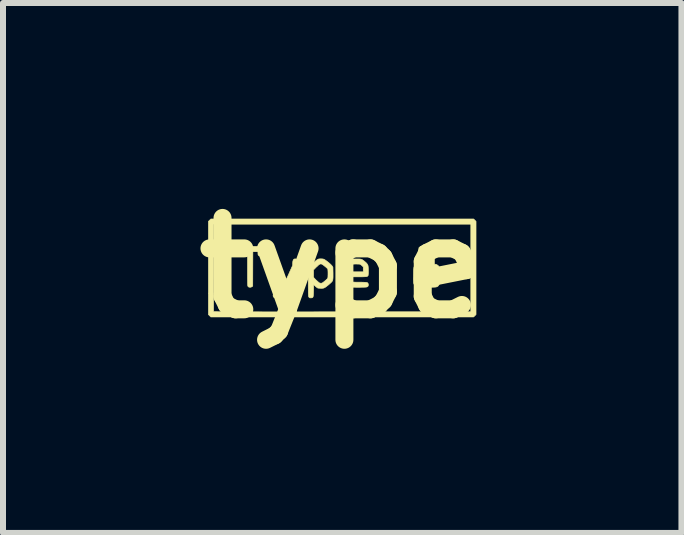
<source format=kicad_pcb>
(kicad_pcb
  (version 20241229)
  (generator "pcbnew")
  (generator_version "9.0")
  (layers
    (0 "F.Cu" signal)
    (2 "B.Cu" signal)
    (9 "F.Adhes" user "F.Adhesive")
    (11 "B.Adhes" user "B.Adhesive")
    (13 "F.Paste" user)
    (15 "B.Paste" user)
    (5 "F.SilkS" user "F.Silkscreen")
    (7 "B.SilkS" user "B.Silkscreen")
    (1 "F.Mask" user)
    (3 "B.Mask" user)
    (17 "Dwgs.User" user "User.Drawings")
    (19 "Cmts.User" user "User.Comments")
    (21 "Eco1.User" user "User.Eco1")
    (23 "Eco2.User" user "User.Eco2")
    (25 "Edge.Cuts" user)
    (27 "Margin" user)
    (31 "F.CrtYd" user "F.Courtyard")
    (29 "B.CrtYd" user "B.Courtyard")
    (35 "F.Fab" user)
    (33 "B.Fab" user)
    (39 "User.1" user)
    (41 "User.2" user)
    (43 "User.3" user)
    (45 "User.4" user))
  (footprint "type"
    (layer "F.Cu")
    (at 2.656 1.418)
    (property "Reference" "type" (at 0 0 0) (layer "F.SilkS") (effects (font (size 1.524 1.524) (thickness 0.3))))
    (attr through_hole)
    (fp_poly (pts (xy -1.316 -0.36) (xy -1.317 -0.29) (xy -1.318 -0.264) (xy -1.319 -0.246) (xy -1.319 -0.233) (xy -1.321 -0.224) (xy -1.323 -0.218) (xy -1.326 -0.213) (xy -1.329 -0.21) (xy -1.337 -0.203) (xy -1.346 -0.2) (xy -1.36 -0.199) (xy -1.362 -0.199) (xy -1.377 -0.2) (xy -1.387 -0.203) (xy -1.395 -0.209) (xy -1.401 -0.217) (xy -1.404 -0.226) (xy -1.405 -0.239) (xy -1.405 -0.245) (xy -1.405 -0.271) (xy -1.448 -0.271) (xy -1.49 -0.271) (xy -1.491 0.015) (xy -1.492 0.301) (xy -1.504 0.312) (xy -1.519 0.319) (xy -1.537 0.322) (xy -1.554 0.319) (xy -1.561 0.317) (xy -1.569 0.31) (xy -1.574 0.302) (xy -1.575 0.297) (xy -1.576 0.285) (xy -1.577 0.266) (xy -1.578 0.241) (xy -1.578 0.208) (xy -1.579 0.169) (xy -1.579 0.121) (xy -1.579 0.066) (xy -1.579 0.01) (xy -1.579 -0.271) (xy -1.664 -0.271) (xy -1.664 -0.25) (xy -1.666 -0.23) (xy -1.671 -0.214) (xy -1.679 -0.204) (xy -1.683 -0.202) (xy -1.697 -0.199) (xy -1.713 -0.199) (xy -1.729 -0.202) (xy -1.74 -0.207) (xy -1.74 -0.207) (xy -1.744 -0.21) (xy -1.747 -0.214) (xy -1.749 -0.22) (xy -1.75 -0.229) (xy -1.751 -0.243) (xy -1.751 -0.263) (xy -1.752 -0.287) (xy -1.753 -0.36) (xy -1.534 -0.36) (xy -1.316 -0.36)) (stroke (width 0.01) (type solid)) (fill yes) (layer "F.SilkS"))
    (fp_poly (pts (xy 2.211 -0.797) (xy 2.231 -0.777) (xy 2.231 0.777) (xy 2.19 0.817) (xy -2.191 0.817) (xy -2.211 0.797) (xy -2.231 0.777) (xy -2.231 0.358) (xy -2.146 0.358) (xy -2.146 0.42) (xy -2.145 0.478) (xy -2.145 0.53) (xy -2.145 0.578) (xy -2.145 0.62) (xy -2.145 0.655) (xy -2.145 0.684) (xy -2.145 0.706) (xy -2.145 0.72) (xy -2.144 0.727) (xy -2.144 0.727) (xy -2.143 0.727) (xy -2.138 0.728) (xy -2.13 0.728) (xy -2.119 0.729) (xy -2.104 0.729) (xy -2.086 0.729) (xy -2.063 0.73) (xy -2.036 0.73) (xy -2.005 0.73) (xy -1.97 0.73) (xy -1.929 0.73) (xy -1.884 0.731) (xy -1.834 0.731) (xy -1.778 0.731) (xy -1.717 0.731) (xy -1.651 0.731) (xy -1.578 0.731) (xy -1.5 0.731) (xy -1.415 0.731) (xy -1.324 0.732) (xy -1.227 0.732) (xy -1.122 0.732) (xy -1.011 0.732) (xy -0.892 0.732) (xy -0.767 0.732) (xy -0.633 0.732) (xy -0.492 0.732) (xy -0.343 0.731) (xy -0.187 0.731) (xy -0.021 0.731) (xy 0.001 0.731) (xy 2.144 0.73) (xy 2.144 -0.73) (xy -2.144 -0.73) (xy -2.145 -0.004) (xy -2.145 0.074) (xy -2.145 0.149) (xy -2.146 0.222) (xy -2.146 0.292) (xy -2.146 0.358) (xy -2.231 0.358) (xy -2.231 -0.777) (xy -2.211 -0.797) (xy -2.19 -0.817) (xy 2.191 -0.817) (xy 2.211 -0.797)) (stroke (width 0.01) (type solid)) (fill yes) (layer "F.SilkS"))
    (fp_poly (pts (xy 1.537 -0.335) (xy 1.537 -0.064) (xy 1.555 -0.062) (xy 1.577 -0.055) (xy 1.597 -0.042) (xy 1.612 -0.024) (xy 1.615 -0.018) (xy 1.618 -0.013) (xy 1.62 -0.006) (xy 1.621 0.002) (xy 1.622 0.014) (xy 1.623 0.029) (xy 1.624 0.05) (xy 1.624 0.077) (xy 1.625 0.112) (xy 1.625 0.116) (xy 1.625 0.157) (xy 1.625 0.191) (xy 1.624 0.218) (xy 1.623 0.239) (xy 1.621 0.256) (xy 1.618 0.269) (xy 1.614 0.279) (xy 1.609 0.288) (xy 1.605 0.293) (xy 1.599 0.3) (xy 1.593 0.306) (xy 1.586 0.31) (xy 1.578 0.314) (xy 1.566 0.317) (xy 1.552 0.319) (xy 1.533 0.32) (xy 1.509 0.321) (xy 1.479 0.321) (xy 1.442 0.322) (xy 1.408 0.322) (xy 1.367 0.322) (xy 1.334 0.321) (xy 1.308 0.321) (xy 1.288 0.321) (xy 1.272 0.32) (xy 1.26 0.319) (xy 1.252 0.318) (xy 1.245 0.316) (xy 1.24 0.315) (xy 1.238 0.314) (xy 1.217 0.3) (xy 1.202 0.281) (xy 1.194 0.262) (xy 1.192 0.252) (xy 1.191 0.233) (xy 1.19 0.207) (xy 1.19 0.174) (xy 1.19 0.134) (xy 1.19 0.119) (xy 1.191 0.083) (xy 1.191 0.054) (xy 1.192 0.031) (xy 1.192 0.025) (xy 1.278 0.025) (xy 1.278 0.233) (xy 1.537 0.233) (xy 1.537 0.025) (xy 1.278 0.025) (xy 1.192 0.025) (xy 1.193 0.014) (xy 1.194 0.001) (xy 1.195 -0.008) (xy 1.197 -0.014) (xy 1.199 -0.019) (xy 1.199 -0.02) (xy 1.212 -0.036) (xy 1.23 -0.05) (xy 1.25 -0.059) (xy 1.26 -0.062) (xy 1.278 -0.064) (xy 1.278 -0.271) (xy 1.367 -0.271) (xy 1.367 -0.064) (xy 1.448 -0.064) (xy 1.448 -0.271) (xy 1.367 -0.271) (xy 1.278 -0.271) (xy 1.278 -0.335) (xy 1.291 -0.347) (xy 1.303 -0.36) (xy 1.408 -0.36) (xy 1.512 -0.36) (xy 1.537 -0.335)) (stroke (width 0.01) (type solid)) (fill yes) (layer "F.SilkS"))
    (fp_poly (pts (xy -0.769 -0.149) (xy -0.762 -0.146) (xy -0.753 -0.139) (xy -0.747 -0.128) (xy -0.743 -0.112) (xy -0.741 -0.09) (xy -0.742 -0.063) (xy -0.743 -0.019) (xy -0.857 0.228) (xy -0.879 0.274) (xy -0.899 0.317) (xy -0.917 0.357) (xy -0.934 0.392) (xy -0.949 0.423) (xy -0.962 0.449) (xy -0.972 0.468) (xy -0.979 0.481) (xy -0.983 0.487) (xy -0.994 0.5) (xy -1.059 0.499) (xy -1.087 0.499) (xy -1.108 0.498) (xy -1.122 0.497) (xy -1.132 0.495) (xy -1.135 0.493) (xy -1.146 0.483) (xy -1.152 0.468) (xy -1.152 0.451) (xy -1.146 0.435) (xy -1.145 0.434) (xy -1.136 0.425) (xy -1.121 0.419) (xy -1.099 0.416) (xy -1.072 0.415) (xy -1.037 0.415) (xy -1.007 0.353) (xy -0.997 0.332) (xy -0.989 0.314) (xy -0.982 0.3) (xy -0.979 0.292) (xy -0.978 0.29) (xy -0.982 0.288) (xy -0.988 0.288) (xy -0.993 0.288) (xy -0.998 0.286) (xy -1.002 0.283) (xy -1.007 0.278) (xy -1.013 0.271) (xy -1.02 0.26) (xy -1.028 0.246) (xy -1.037 0.227) (xy -1.048 0.204) (xy -1.061 0.176) (xy -1.077 0.141) (xy -1.095 0.1) (xy -1.116 0.053) (xy -1.132 0.017) (xy -1.153 -0.032) (xy -1.153 -0.077) (xy -1.153 -0.098) (xy -1.152 -0.113) (xy -1.15 -0.123) (xy -1.148 -0.13) (xy -1.145 -0.134) (xy -1.132 -0.145) (xy -1.115 -0.151) (xy -1.098 -0.15) (xy -1.096 -0.149) (xy -1.085 -0.143) (xy -1.078 -0.134) (xy -1.073 -0.121) (xy -1.069 -0.102) (xy -1.067 -0.079) (xy -1.064 -0.036) (xy -1.01 0.084) (xy -0.994 0.118) (xy -0.981 0.145) (xy -0.971 0.166) (xy -0.964 0.181) (xy -0.957 0.192) (xy -0.953 0.199) (xy -0.949 0.202) (xy -0.946 0.203) (xy -0.943 0.202) (xy -0.94 0.199) (xy -0.935 0.192) (xy -0.929 0.181) (xy -0.922 0.166) (xy -0.912 0.145) (xy -0.899 0.118) (xy -0.884 0.084) (xy -0.882 0.079) (xy -0.826 -0.045) (xy -0.826 -0.08) (xy -0.824 -0.107) (xy -0.819 -0.127) (xy -0.811 -0.141) (xy -0.802 -0.148) (xy -0.785 -0.152) (xy -0.769 -0.149)) (stroke (width 0.01) (type solid)) (fill yes) (layer "F.SilkS"))
    (fp_poly (pts (xy 0.259 -0.15) (xy 0.282 -0.15) (xy 0.299 -0.149) (xy 0.313 -0.146) (xy 0.325 -0.143) (xy 0.336 -0.137) (xy 0.348 -0.128) (xy 0.363 -0.118) (xy 0.366 -0.115) (xy 0.39 -0.095) (xy 0.408 -0.078) (xy 0.42 -0.061) (xy 0.428 -0.045) (xy 0.43 -0.041) (xy 0.432 -0.028) (xy 0.434 -0.009) (xy 0.435 0.013) (xy 0.436 0.038) (xy 0.436 0.062) (xy 0.436 0.086) (xy 0.434 0.106) (xy 0.433 0.12) (xy 0.431 0.127) (xy 0.427 0.132) (xy 0.423 0.136) (xy 0.417 0.14) (xy 0.408 0.143) (xy 0.395 0.145) (xy 0.378 0.146) (xy 0.356 0.147) (xy 0.327 0.148) (xy 0.292 0.148) (xy 0.253 0.148) (xy 0.11 0.148) (xy 0.11 0.167) (xy 0.111 0.179) (xy 0.114 0.189) (xy 0.122 0.199) (xy 0.128 0.206) (xy 0.136 0.215) (xy 0.144 0.222) (xy 0.152 0.227) (xy 0.161 0.231) (xy 0.173 0.234) (xy 0.189 0.235) (xy 0.21 0.236) (xy 0.236 0.237) (xy 0.269 0.237) (xy 0.286 0.237) (xy 0.324 0.237) (xy 0.354 0.238) (xy 0.378 0.239) (xy 0.396 0.24) (xy 0.409 0.242) (xy 0.418 0.245) (xy 0.425 0.249) (xy 0.429 0.254) (xy 0.431 0.258) (xy 0.435 0.271) (xy 0.435 0.287) (xy 0.432 0.301) (xy 0.428 0.306) (xy 0.424 0.311) (xy 0.418 0.314) (xy 0.409 0.317) (xy 0.397 0.319) (xy 0.38 0.32) (xy 0.358 0.321) (xy 0.33 0.321) (xy 0.294 0.322) (xy 0.272 0.322) (xy 0.235 0.322) (xy 0.205 0.321) (xy 0.181 0.321) (xy 0.163 0.32) (xy 0.15 0.32) (xy 0.14 0.318) (xy 0.133 0.317) (xy 0.127 0.315) (xy 0.126 0.314) (xy 0.113 0.306) (xy 0.097 0.294) (xy 0.08 0.279) (xy 0.063 0.263) (xy 0.048 0.247) (xy 0.037 0.234) (xy 0.033 0.227) (xy 0.031 0.221) (xy 0.029 0.214) (xy 0.028 0.205) (xy 0.027 0.194) (xy 0.026 0.178) (xy 0.026 0.157) (xy 0.026 0.129) (xy 0.025 0.095) (xy 0.025 0.089) (xy 0.025 -0.021) (xy 0.11 -0.021) (xy 0.11 0.064) (xy 0.351 0.064) (xy 0.351 -0.018) (xy 0.329 -0.039) (xy 0.317 -0.049) (xy 0.305 -0.058) (xy 0.296 -0.062) (xy 0.296 -0.062) (xy 0.288 -0.064) (xy 0.274 -0.065) (xy 0.254 -0.065) (xy 0.233 -0.066) (xy 0.229 -0.066) (xy 0.203 -0.065) (xy 0.184 -0.064) (xy 0.17 -0.062) (xy 0.158 -0.058) (xy 0.147 -0.051) (xy 0.134 -0.041) (xy 0.128 -0.036) (xy 0.11 -0.021) (xy 0.025 -0.021) (xy 0.025 -0.032) (xy 0.036 -0.054) (xy 0.046 -0.069) (xy 0.062 -0.087) (xy 0.082 -0.106) (xy 0.104 -0.123) (xy 0.125 -0.138) (xy 0.127 -0.139) (xy 0.134 -0.143) (xy 0.14 -0.146) (xy 0.147 -0.148) (xy 0.156 -0.149) (xy 0.169 -0.15) (xy 0.187 -0.15) (xy 0.211 -0.15) (xy 0.229 -0.15) (xy 0.259 -0.15)) (stroke (width 0.01) (type solid)) (fill yes) (layer "F.SilkS"))
    (fp_poly (pts (xy -0.35 -0.152) (xy -0.33 -0.151) (xy -0.317 -0.149) (xy -0.307 -0.146) (xy -0.297 -0.141) (xy -0.287 -0.135) (xy -0.263 -0.118) (xy -0.238 -0.099) (xy -0.215 -0.08) (xy -0.195 -0.062) (xy -0.179 -0.046) (xy -0.168 -0.033) (xy -0.166 -0.031) (xy -0.155 -0.011) (xy -0.153 0.086) (xy -0.153 0.122) (xy -0.153 0.151) (xy -0.154 0.173) (xy -0.156 0.191) (xy -0.159 0.205) (xy -0.164 0.217) (xy -0.171 0.227) (xy -0.18 0.237) (xy -0.187 0.244) (xy -0.206 0.261) (xy -0.226 0.279) (xy -0.248 0.296) (xy -0.268 0.312) (xy -0.286 0.324) (xy -0.293 0.328) (xy -0.303 0.333) (xy -0.312 0.336) (xy -0.324 0.338) (xy -0.34 0.339) (xy -0.354 0.339) (xy -0.374 0.338) (xy -0.391 0.337) (xy -0.403 0.336) (xy -0.408 0.335) (xy -0.415 0.33) (xy -0.427 0.322) (xy -0.441 0.31) (xy -0.447 0.305) (xy -0.476 0.279) (xy -0.478 0.376) (xy -0.479 0.409) (xy -0.48 0.435) (xy -0.482 0.455) (xy -0.483 0.47) (xy -0.486 0.48) (xy -0.489 0.487) (xy -0.494 0.492) (xy -0.499 0.495) (xy -0.509 0.498) (xy -0.524 0.499) (xy -0.537 0.498) (xy -0.545 0.497) (xy -0.551 0.492) (xy -0.557 0.483) (xy -0.558 0.481) (xy -0.559 0.478) (xy -0.561 0.474) (xy -0.562 0.467) (xy -0.563 0.459) (xy -0.563 0.447) (xy -0.564 0.432) (xy -0.565 0.413) (xy -0.565 0.388) (xy -0.565 0.358) (xy -0.566 0.322) (xy -0.566 0.279) (xy -0.566 0.228) (xy -0.566 0.198) (xy -0.567 0.142) (xy -0.567 0.091) (xy -0.567 0.044) (xy -0.566 0.032) (xy -0.478 0.032) (xy -0.478 0.157) (xy -0.46 0.176) (xy -0.449 0.188) (xy -0.434 0.203) (xy -0.417 0.218) (xy -0.41 0.225) (xy -0.394 0.238) (xy -0.384 0.247) (xy -0.375 0.251) (xy -0.367 0.253) (xy -0.358 0.254) (xy -0.356 0.254) (xy -0.347 0.254) (xy -0.339 0.252) (xy -0.331 0.249) (xy -0.321 0.242) (xy -0.308 0.232) (xy -0.293 0.22) (xy -0.277 0.206) (xy -0.262 0.193) (xy -0.251 0.182) (xy -0.245 0.175) (xy -0.244 0.174) (xy -0.242 0.169) (xy -0.24 0.161) (xy -0.238 0.151) (xy -0.238 0.135) (xy -0.237 0.114) (xy -0.237 0.094) (xy -0.237 0.069) (xy -0.238 0.047) (xy -0.239 0.03) (xy -0.241 0.019) (xy -0.241 0.017) (xy -0.248 0.009) (xy -0.259 -0.002) (xy -0.274 -0.015) (xy -0.291 -0.029) (xy -0.308 -0.043) (xy -0.324 -0.054) (xy -0.337 -0.062) (xy -0.346 -0.066) (xy -0.346 -0.066) (xy -0.357 -0.067) (xy -0.367 -0.066) (xy -0.377 -0.062) (xy -0.389 -0.054) (xy -0.404 -0.041) (xy -0.422 -0.023) (xy -0.431 -0.016) (xy -0.478 0.032) (xy -0.566 0.032) (xy -0.566 0.003) (xy -0.566 -0.033) (xy -0.565 -0.062) (xy -0.565 -0.084) (xy -0.564 -0.098) (xy -0.563 -0.102) (xy -0.559 -0.124) (xy -0.553 -0.138) (xy -0.544 -0.146) (xy -0.531 -0.15) (xy -0.522 -0.15) (xy -0.504 -0.147) (xy -0.491 -0.137) (xy -0.483 -0.119) (xy -0.48 -0.108) (xy -0.477 -0.089) (xy -0.448 -0.114) (xy -0.428 -0.13) (xy -0.413 -0.141) (xy -0.399 -0.148) (xy -0.384 -0.151) (xy -0.366 -0.152) (xy -0.35 -0.152)) (stroke (width 0.01) (type solid)) (fill yes) (layer "F.SilkS")))
  (gr_rect
    (start -3 -3)
    (end 8.312 5.836)
    (stroke (width 0.1) (type default))
    (fill no)
    (layer "Edge.Cuts")))
</source>
